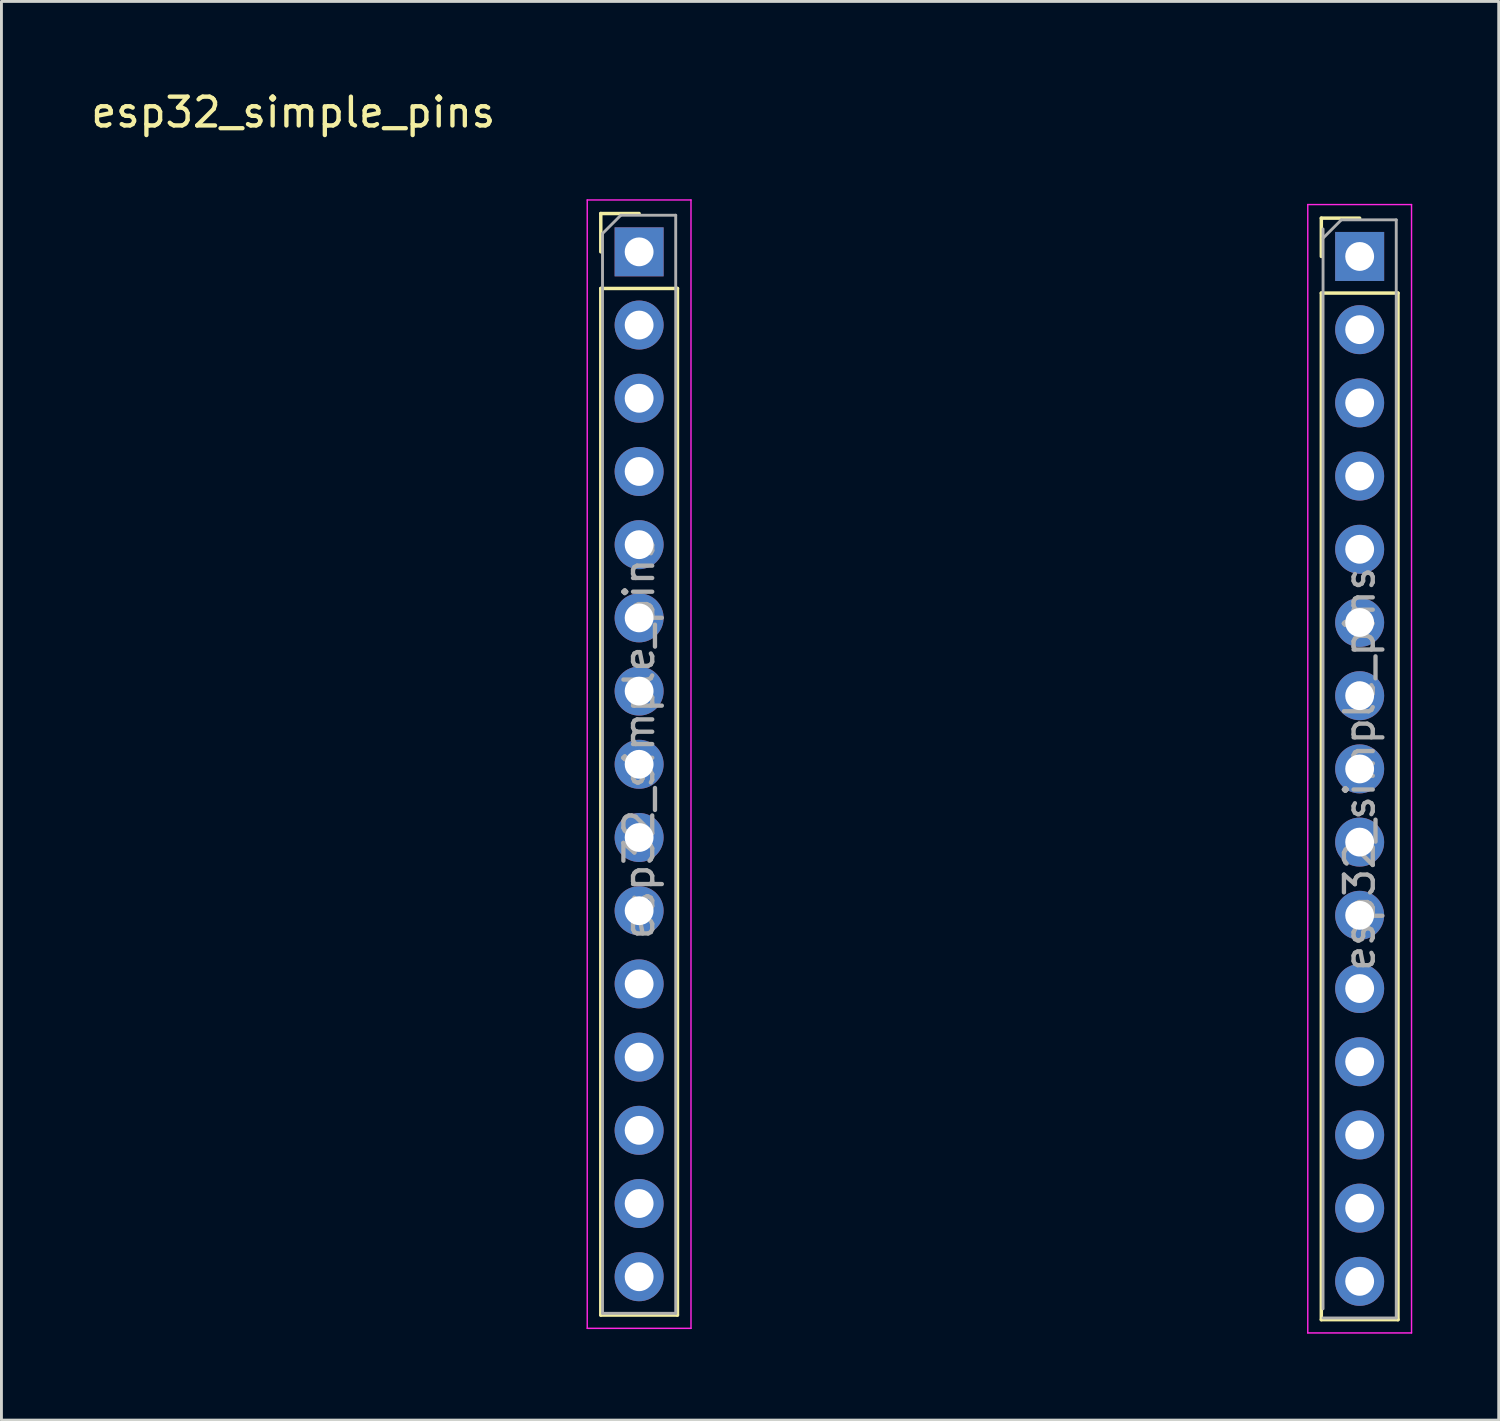
<source format=kicad_pcb>
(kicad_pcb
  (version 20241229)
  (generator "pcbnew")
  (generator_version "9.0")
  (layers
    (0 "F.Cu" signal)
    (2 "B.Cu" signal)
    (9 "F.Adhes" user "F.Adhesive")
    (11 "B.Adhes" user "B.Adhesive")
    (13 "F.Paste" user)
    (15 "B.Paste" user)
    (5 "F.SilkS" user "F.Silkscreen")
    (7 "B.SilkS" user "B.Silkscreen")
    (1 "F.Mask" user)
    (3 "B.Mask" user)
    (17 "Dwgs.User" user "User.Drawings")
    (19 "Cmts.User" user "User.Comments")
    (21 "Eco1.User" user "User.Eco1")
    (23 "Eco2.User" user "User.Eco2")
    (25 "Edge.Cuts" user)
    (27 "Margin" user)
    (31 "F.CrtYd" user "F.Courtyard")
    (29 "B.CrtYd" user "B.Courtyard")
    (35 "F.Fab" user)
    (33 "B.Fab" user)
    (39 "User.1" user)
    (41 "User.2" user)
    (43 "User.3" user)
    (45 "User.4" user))
  (footprint "esp32_simple_pins"
    (layer "F.Cu")
    (at 19.125 5.848)
    (property "Reference" "esp32_simple_pins" (at -12 -5 0) (layer "F.SilkS") (effects (font (size 1 1) (thickness 0.15))))
    (attr through_hole)
    (fp_line (start -1.33 -1.49) (end 0 -1.49) (stroke (width 0.12) (type solid)) (layer "F.SilkS"))
    (fp_line (start -1.33 -0.16) (end -1.33 -1.49) (stroke (width 0.12) (type solid)) (layer "F.SilkS"))
    (fp_line (start -1.33 1.11) (end -1.33 36.73) (stroke (width 0.12) (type solid)) (layer "F.SilkS"))
    (fp_line (start -1.33 1.11) (end 1.33 1.11) (stroke (width 0.12) (type solid)) (layer "F.SilkS"))
    (fp_line (start -1.33 36.73) (end 1.33 36.73) (stroke (width 0.12) (type solid)) (layer "F.SilkS"))
    (fp_line (start 1.33 1.11) (end 1.33 36.73) (stroke (width 0.12) (type solid)) (layer "F.SilkS"))
    (fp_line (start 23.67 -1.33) (end 25 -1.33) (stroke (width 0.12) (type solid)) (layer "F.SilkS"))
    (fp_line (start 23.67 0) (end 23.67 -1.33) (stroke (width 0.12) (type solid)) (layer "F.SilkS"))
    (fp_line (start 23.67 1.27) (end 23.67 36.89) (stroke (width 0.12) (type solid)) (layer "F.SilkS"))
    (fp_line (start 23.67 1.27) (end 26.33 1.27) (stroke (width 0.12) (type solid)) (layer "F.SilkS"))
    (fp_line (start 23.67 36.89) (end 26.33 36.89) (stroke (width 0.12) (type solid)) (layer "F.SilkS"))
    (fp_line (start 26.33 1.27) (end 26.33 36.89) (stroke (width 0.12) (type solid)) (layer "F.SilkS"))
    (fp_line (start -1.8 -1.96) (end -1.8 37.19) (stroke (width 0.05) (type solid)) (layer "F.CrtYd"))
    (fp_line (start -1.8 37.19) (end 1.8 37.19) (stroke (width 0.05) (type solid)) (layer "F.CrtYd"))
    (fp_line (start 1.8 -1.96) (end -1.8 -1.96) (stroke (width 0.05) (type solid)) (layer "F.CrtYd"))
    (fp_line (start 1.8 37.19) (end 1.8 -1.96) (stroke (width 0.05) (type solid)) (layer "F.CrtYd"))
    (fp_line (start 23.2 -1.8) (end 23.2 37.35) (stroke (width 0.05) (type solid)) (layer "F.CrtYd"))
    (fp_line (start 23.2 37.35) (end 26.8 37.35) (stroke (width 0.05) (type solid)) (layer "F.CrtYd"))
    (fp_line (start 26.8 -1.8) (end 23.2 -1.8) (stroke (width 0.05) (type solid)) (layer "F.CrtYd"))
    (fp_line (start 26.8 37.35) (end 26.8 -1.8) (stroke (width 0.05) (type solid)) (layer "F.CrtYd"))
    (fp_line (start -1.27 -0.795) (end -0.635 -1.43) (stroke (width 0.1) (type solid)) (layer "F.Fab"))
    (fp_line (start -1.27 36.67) (end -1.27 -0.795) (stroke (width 0.1) (type solid)) (layer "F.Fab"))
    (fp_line (start -0.635 -1.43) (end 1.27 -1.43) (stroke (width 0.1) (type solid)) (layer "F.Fab"))
    (fp_line (start 1.27 -1.43) (end 1.27 36.67) (stroke (width 0.1) (type solid)) (layer "F.Fab"))
    (fp_line (start 1.27 36.67) (end -1.27 36.67) (stroke (width 0.1) (type solid)) (layer "F.Fab"))
    (fp_line (start 23.73 -0.635) (end 24.365 -1.27) (stroke (width 0.1) (type solid)) (layer "F.Fab"))
    (fp_line (start 23.73 36.512) (end 23.73 -0.953) (stroke (width 0.1) (type solid)) (layer "F.Fab"))
    (fp_line (start 24.365 -1.27) (end 26.27 -1.27) (stroke (width 0.1) (type solid)) (layer "F.Fab"))
    (fp_line (start 26.27 -1.27) (end 26.27 36.83) (stroke (width 0.1) (type solid)) (layer "F.Fab"))
    (fp_line (start 26.27 36.83) (end 23.73 36.83) (stroke (width 0.1) (type solid)) (layer "F.Fab"))
    (fp_text user "${REFERENCE}" (at 25 17.78 90) (layer "F.Fab") (effects (font (size 1 1) (thickness 0.15))))
    (fp_text user "${REFERENCE}" (at 0 16.68 90) (layer "F.Fab") (effects (font (size 1 1) (thickness 0.15))))
    (pad "1" thru_hole rect (at 0 -0.16) (size 1.7 1.7) (drill 1) (layers "*.Cu" "*.Mask"))
    (pad "1" thru_hole rect (at 25 0) (size 1.7 1.7) (drill 1) (layers "*.Cu" "*.Mask"))
    (pad "2" thru_hole oval (at 0 2.38) (size 1.7 1.7) (drill 1) (layers "*.Cu" "*.Mask"))
    (pad "2" thru_hole oval (at 25 2.54) (size 1.7 1.7) (drill 1) (layers "*.Cu" "*.Mask"))
    (pad "3" thru_hole oval (at 0 4.92) (size 1.7 1.7) (drill 1) (layers "*.Cu" "*.Mask"))
    (pad "3" thru_hole oval (at 25 5.08) (size 1.7 1.7) (drill 1) (layers "*.Cu" "*.Mask"))
    (pad "4" thru_hole oval (at 0 7.46) (size 1.7 1.7) (drill 1) (layers "*.Cu" "*.Mask"))
    (pad "4" thru_hole oval (at 25 7.62) (size 1.7 1.7) (drill 1) (layers "*.Cu" "*.Mask"))
    (pad "5" thru_hole oval (at 0 10) (size 1.7 1.7) (drill 1) (layers "*.Cu" "*.Mask"))
    (pad "5" thru_hole oval (at 25 10.16) (size 1.7 1.7) (drill 1) (layers "*.Cu" "*.Mask"))
    (pad "6" thru_hole oval (at 0 12.54) (size 1.7 1.7) (drill 1) (layers "*.Cu" "*.Mask"))
    (pad "6" thru_hole oval (at 25 12.7) (size 1.7 1.7) (drill 1) (layers "*.Cu" "*.Mask"))
    (pad "7" thru_hole oval (at 0 15.08) (size 1.7 1.7) (drill 1) (layers "*.Cu" "*.Mask"))
    (pad "7" thru_hole oval (at 25 15.24) (size 1.7 1.7) (drill 1) (layers "*.Cu" "*.Mask"))
    (pad "8" thru_hole oval (at 0 17.62) (size 1.7 1.7) (drill 1) (layers "*.Cu" "*.Mask"))
    (pad "8" thru_hole oval (at 25 17.78) (size 1.7 1.7) (drill 1) (layers "*.Cu" "*.Mask"))
    (pad "9" thru_hole oval (at 0 20.16) (size 1.7 1.7) (drill 1) (layers "*.Cu" "*.Mask"))
    (pad "9" thru_hole oval (at 25 20.32) (size 1.7 1.7) (drill 1) (layers "*.Cu" "*.Mask"))
    (pad "10" thru_hole oval (at 0 22.7) (size 1.7 1.7) (drill 1) (layers "*.Cu" "*.Mask"))
    (pad "10" thru_hole oval (at 25 22.86) (size 1.7 1.7) (drill 1) (layers "*.Cu" "*.Mask"))
    (pad "11" thru_hole oval (at 0 25.24) (size 1.7 1.7) (drill 1) (layers "*.Cu" "*.Mask"))
    (pad "11" thru_hole oval (at 25 25.4) (size 1.7 1.7) (drill 1) (layers "*.Cu" "*.Mask"))
    (pad "12" thru_hole oval (at 0 27.78) (size 1.7 1.7) (drill 1) (layers "*.Cu" "*.Mask"))
    (pad "12" thru_hole oval (at 25 27.94) (size 1.7 1.7) (drill 1) (layers "*.Cu" "*.Mask"))
    (pad "13" thru_hole oval (at 0 30.32) (size 1.7 1.7) (drill 1) (layers "*.Cu" "*.Mask"))
    (pad "13" thru_hole oval (at 25 30.48) (size 1.7 1.7) (drill 1) (layers "*.Cu" "*.Mask"))
    (pad "14" thru_hole oval (at 0 32.86) (size 1.7 1.7) (drill 1) (layers "*.Cu" "*.Mask"))
    (pad "14" thru_hole oval (at 25 33.02) (size 1.7 1.7) (drill 1) (layers "*.Cu" "*.Mask"))
    (pad "15" thru_hole oval (at 0 35.4) (size 1.7 1.7) (drill 1) (layers "*.Cu" "*.Mask"))
    (pad "15" thru_hole oval (at 25 35.56) (size 1.7 1.7) (drill 1) (layers "*.Cu" "*.Mask")))
  (gr_rect
    (start -3 -3)
    (end 48.95 46.223)
    (stroke (width 0.1) (type default))
    (fill no)
    (layer "Edge.Cuts")))
</source>
